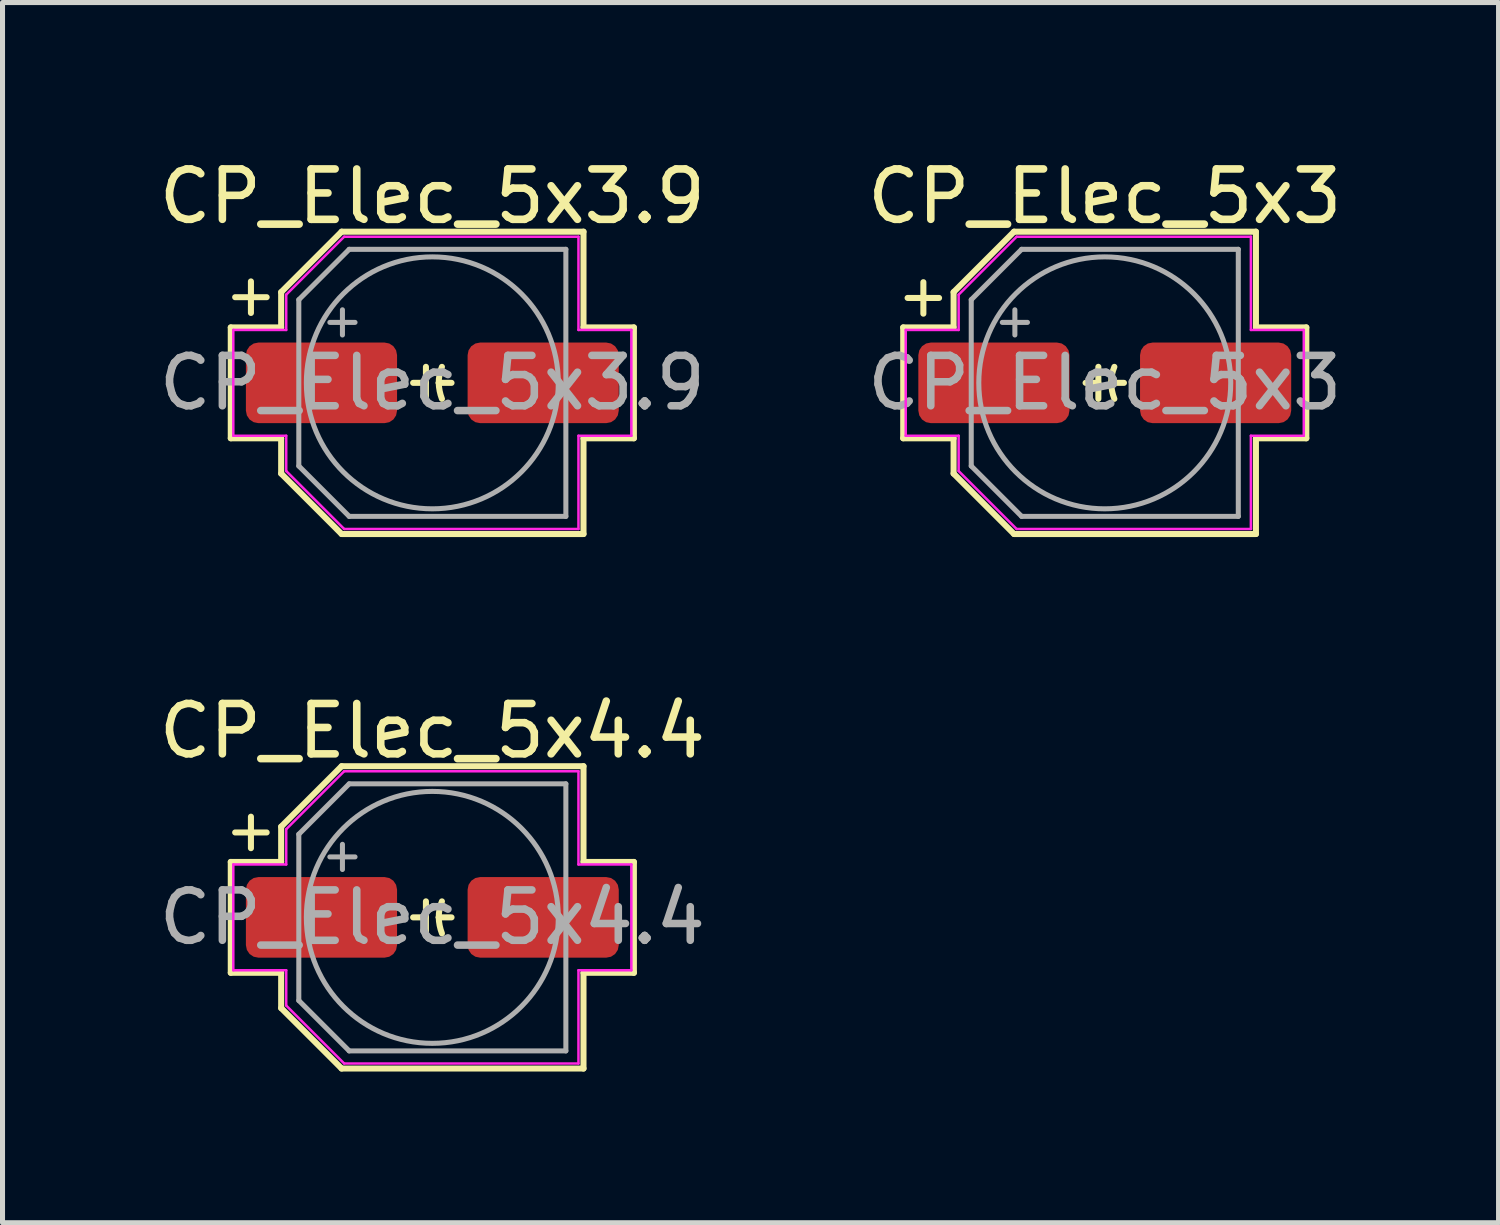
<source format=kicad_pcb>
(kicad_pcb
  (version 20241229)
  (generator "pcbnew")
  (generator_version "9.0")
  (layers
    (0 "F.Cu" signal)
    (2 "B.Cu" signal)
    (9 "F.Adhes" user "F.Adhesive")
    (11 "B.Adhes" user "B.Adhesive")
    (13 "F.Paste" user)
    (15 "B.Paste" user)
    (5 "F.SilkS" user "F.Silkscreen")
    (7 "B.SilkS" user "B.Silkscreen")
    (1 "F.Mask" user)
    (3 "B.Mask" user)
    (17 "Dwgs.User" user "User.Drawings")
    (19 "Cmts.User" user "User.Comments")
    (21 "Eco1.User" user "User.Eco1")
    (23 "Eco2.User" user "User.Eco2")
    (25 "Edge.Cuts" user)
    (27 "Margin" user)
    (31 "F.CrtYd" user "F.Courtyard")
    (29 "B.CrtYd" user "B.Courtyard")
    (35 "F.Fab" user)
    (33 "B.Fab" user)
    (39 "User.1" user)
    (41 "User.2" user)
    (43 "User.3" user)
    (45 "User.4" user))
  (footprint "CP_Elec_5x3.9"
    (layer "F.Cu")
    (at 5.53 4.548)
    (property "Reference" "CP_Elec_5x3.9" (at 0 -3.7 0) (layer "F.SilkS") (effects (font (size 1 1) (thickness 0.15))))
    (attr smd)
    (fp_line (start -4 -1.1) (end -3 -1.1) (stroke (width 0.12) (type solid)) (layer "F.SilkS"))
    (fp_line (start -4 1.1) (end -4 -1.1) (stroke (width 0.12) (type solid)) (layer "F.SilkS"))
    (fp_line (start -3.913 -1.7) (end -3.288 -1.7) (stroke (width 0.12) (type solid)) (layer "F.SilkS"))
    (fp_line (start -3.6 -2.013) (end -3.6 -1.387) (stroke (width 0.12) (type solid)) (layer "F.SilkS"))
    (fp_line (start -3 -1.8) (end -1.8 -3) (stroke (width 0.12) (type solid)) (layer "F.SilkS"))
    (fp_line (start -3 -1.1) (end -3 -1.8) (stroke (width 0.12) (type solid)) (layer "F.SilkS"))
    (fp_line (start -3 1.1) (end -4 1.1) (stroke (width 0.12) (type solid)) (layer "F.SilkS"))
    (fp_line (start -3 1.8) (end -3 1.1) (stroke (width 0.12) (type solid)) (layer "F.SilkS"))
    (fp_line (start -1.8 -3) (end 3 -3) (stroke (width 0.12) (type solid)) (layer "F.SilkS"))
    (fp_line (start -1.8 3) (end -3 1.8) (stroke (width 0.12) (type solid)) (layer "F.SilkS"))
    (fp_line (start -0.381 0) (end -0.127 0) (stroke (width 0.12) (type solid)) (layer "F.SilkS"))
    (fp_line (start -0.127 -0.318) (end -0.127 0.318) (stroke (width 0.12) (type solid)) (layer "F.SilkS"))
    (fp_line (start 0.381 0) (end 0.127 0) (stroke (width 0.12) (type solid)) (layer "F.SilkS"))
    (fp_line (start 3 -3) (end 3 -1.1) (stroke (width 0.12) (type solid)) (layer "F.SilkS"))
    (fp_line (start 3 -1.1) (end 4 -1.1) (stroke (width 0.12) (type solid)) (layer "F.SilkS"))
    (fp_line (start 3 1.1) (end 3 3) (stroke (width 0.12) (type solid)) (layer "F.SilkS"))
    (fp_line (start 3 3) (end -1.8 3) (stroke (width 0.12) (type solid)) (layer "F.SilkS"))
    (fp_line (start 4 -1.1) (end 4 1.1) (stroke (width 0.12) (type solid)) (layer "F.SilkS"))
    (fp_line (start 4 1.1) (end 3 1.1) (stroke (width 0.12) (type solid)) (layer "F.SilkS"))
    (fp_arc (start 0.127 0) (mid 0.143031 -0.161894) (end 0.1905 -0.3175) (stroke (width 0.12) (type solid)) (layer "F.SilkS"))
    (fp_arc (start 0.1905 0.3175) (mid 0.145241 0.161452) (end 0.127 0) (stroke (width 0.12) (type solid)) (layer "F.SilkS"))
    (fp_line (start -3.95 -1.05) (end -3.95 1.05) (stroke (width 0.05) (type solid)) (layer "F.CrtYd"))
    (fp_line (start -3.95 1.05) (end -2.9 1.05) (stroke (width 0.05) (type solid)) (layer "F.CrtYd"))
    (fp_line (start -2.9 -1.75) (end -2.9 -1.05) (stroke (width 0.05) (type solid)) (layer "F.CrtYd"))
    (fp_line (start -2.9 -1.75) (end -1.75 -2.9) (stroke (width 0.05) (type solid)) (layer "F.CrtYd"))
    (fp_line (start -2.9 -1.05) (end -3.95 -1.05) (stroke (width 0.05) (type solid)) (layer "F.CrtYd"))
    (fp_line (start -2.9 1.05) (end -2.9 1.75) (stroke (width 0.05) (type solid)) (layer "F.CrtYd"))
    (fp_line (start -2.9 1.75) (end -1.75 2.9) (stroke (width 0.05) (type solid)) (layer "F.CrtYd"))
    (fp_line (start -1.75 -2.9) (end 2.9 -2.9) (stroke (width 0.05) (type solid)) (layer "F.CrtYd"))
    (fp_line (start -1.75 2.9) (end 2.9 2.9) (stroke (width 0.05) (type solid)) (layer "F.CrtYd"))
    (fp_line (start 2.9 -2.9) (end 2.9 -1.05) (stroke (width 0.05) (type solid)) (layer "F.CrtYd"))
    (fp_line (start 2.9 -1.05) (end 3.95 -1.05) (stroke (width 0.05) (type solid)) (layer "F.CrtYd"))
    (fp_line (start 2.9 1.05) (end 2.9 2.9) (stroke (width 0.05) (type solid)) (layer "F.CrtYd"))
    (fp_line (start 3.95 -1.05) (end 3.95 1.05) (stroke (width 0.05) (type solid)) (layer "F.CrtYd"))
    (fp_line (start 3.95 1.05) (end 2.9 1.05) (stroke (width 0.05) (type solid)) (layer "F.CrtYd"))
    (fp_line (start -2.65 -1.65) (end -2.65 1.65) (stroke (width 0.1) (type solid)) (layer "F.Fab"))
    (fp_line (start -2.65 -1.65) (end -1.65 -2.65) (stroke (width 0.1) (type solid)) (layer "F.Fab"))
    (fp_line (start -2.65 1.65) (end -1.65 2.65) (stroke (width 0.1) (type solid)) (layer "F.Fab"))
    (fp_line (start -2.034 -1.2) (end -1.534 -1.2) (stroke (width 0.1) (type solid)) (layer "F.Fab"))
    (fp_line (start -1.784 -1.45) (end -1.784 -0.95) (stroke (width 0.1) (type solid)) (layer "F.Fab"))
    (fp_line (start -1.65 -2.65) (end 2.65 -2.65) (stroke (width 0.1) (type solid)) (layer "F.Fab"))
    (fp_line (start -1.65 2.65) (end 2.65 2.65) (stroke (width 0.1) (type solid)) (layer "F.Fab"))
    (fp_line (start 2.65 -2.65) (end 2.65 2.65) (stroke (width 0.1) (type solid)) (layer "F.Fab"))
    (fp_circle (center 0 0) (end 2.5 0) (stroke (width 0.1) (type solid)) (fill no) (layer "F.Fab"))
    (fp_text user "${REFERENCE}" (at 0 0 0) (layer "F.Fab") (effects (font (size 1 1) (thickness 0.15))))
    (pad "1" smd roundrect (at -2.2 0) (size 3 1.6) (layers "F.Cu" "F.Mask" "F.Paste") (roundrect_rratio 0.156))
    (pad "2" smd roundrect (at 2.2 0) (size 3 1.6) (layers "F.Cu" "F.Mask" "F.Paste") (roundrect_rratio 0.156)))
  (footprint "CP_Elec_5x3"
    (layer "F.Cu")
    (at 18.875 4.548)
    (property "Reference" "CP_Elec_5x3" (at 0 -3.7 0) (layer "F.SilkS") (effects (font (size 1 1) (thickness 0.15))))
    (attr smd)
    (fp_line (start -4 -1.1) (end -4 1.1) (stroke (width 0.12) (type solid)) (layer "F.SilkS"))
    (fp_line (start -4 1.1) (end -3 1.1) (stroke (width 0.12) (type solid)) (layer "F.SilkS"))
    (fp_line (start -3.913 -1.685) (end -3.288 -1.685) (stroke (width 0.12) (type solid)) (layer "F.SilkS"))
    (fp_line (start -3.6 -1.998) (end -3.6 -1.373) (stroke (width 0.12) (type solid)) (layer "F.SilkS"))
    (fp_line (start -3 -1.8) (end -3 -1.1) (stroke (width 0.12) (type solid)) (layer "F.SilkS"))
    (fp_line (start -3 -1.1) (end -4 -1.1) (stroke (width 0.12) (type solid)) (layer "F.SilkS"))
    (fp_line (start -3 1.1) (end -3 1.8) (stroke (width 0.12) (type solid)) (layer "F.SilkS"))
    (fp_line (start -3 1.8) (end -1.8 3) (stroke (width 0.12) (type solid)) (layer "F.SilkS"))
    (fp_line (start -1.8 -3) (end -3 -1.8) (stroke (width 0.12) (type solid)) (layer "F.SilkS"))
    (fp_line (start -1.8 3) (end 3 3) (stroke (width 0.12) (type solid)) (layer "F.SilkS"))
    (fp_line (start -0.381 0) (end -0.127 0) (stroke (width 0.12) (type solid)) (layer "F.SilkS"))
    (fp_line (start -0.127 -0.318) (end -0.127 0.318) (stroke (width 0.12) (type solid)) (layer "F.SilkS"))
    (fp_line (start 0.381 0) (end 0.127 0) (stroke (width 0.12) (type solid)) (layer "F.SilkS"))
    (fp_line (start 3 -3) (end -1.8 -3) (stroke (width 0.12) (type solid)) (layer "F.SilkS"))
    (fp_line (start 3 -1.1) (end 3 -3) (stroke (width 0.12) (type solid)) (layer "F.SilkS"))
    (fp_line (start 3 1.1) (end 4 1.1) (stroke (width 0.12) (type solid)) (layer "F.SilkS"))
    (fp_line (start 3 3) (end 3 1.1) (stroke (width 0.12) (type solid)) (layer "F.SilkS"))
    (fp_line (start 4 -1.1) (end 3 -1.1) (stroke (width 0.12) (type solid)) (layer "F.SilkS"))
    (fp_line (start 4 1.1) (end 4 -1.1) (stroke (width 0.12) (type solid)) (layer "F.SilkS"))
    (fp_arc (start 0.127 0) (mid 0.143031 -0.161894) (end 0.1905 -0.3175) (stroke (width 0.12) (type solid)) (layer "F.SilkS"))
    (fp_arc (start 0.1905 0.3175) (mid 0.145241 0.161452) (end 0.127 0) (stroke (width 0.12) (type solid)) (layer "F.SilkS"))
    (fp_line (start -3.95 -1.05) (end -3.95 1.05) (stroke (width 0.05) (type solid)) (layer "F.CrtYd"))
    (fp_line (start -3.95 1.05) (end -2.9 1.05) (stroke (width 0.05) (type solid)) (layer "F.CrtYd"))
    (fp_line (start -2.9 -1.75) (end -2.9 -1.05) (stroke (width 0.05) (type solid)) (layer "F.CrtYd"))
    (fp_line (start -2.9 -1.75) (end -1.75 -2.9) (stroke (width 0.05) (type solid)) (layer "F.CrtYd"))
    (fp_line (start -2.9 -1.05) (end -3.95 -1.05) (stroke (width 0.05) (type solid)) (layer "F.CrtYd"))
    (fp_line (start -2.9 1.05) (end -2.9 1.75) (stroke (width 0.05) (type solid)) (layer "F.CrtYd"))
    (fp_line (start -2.9 1.75) (end -1.75 2.9) (stroke (width 0.05) (type solid)) (layer "F.CrtYd"))
    (fp_line (start -1.75 -2.9) (end 2.9 -2.9) (stroke (width 0.05) (type solid)) (layer "F.CrtYd"))
    (fp_line (start -1.75 2.9) (end 2.9 2.9) (stroke (width 0.05) (type solid)) (layer "F.CrtYd"))
    (fp_line (start 2.9 -2.9) (end 2.9 -1.05) (stroke (width 0.05) (type solid)) (layer "F.CrtYd"))
    (fp_line (start 2.9 -1.05) (end 3.95 -1.05) (stroke (width 0.05) (type solid)) (layer "F.CrtYd"))
    (fp_line (start 2.9 1.05) (end 2.9 2.9) (stroke (width 0.05) (type solid)) (layer "F.CrtYd"))
    (fp_line (start 3.95 -1.05) (end 3.95 1.05) (stroke (width 0.05) (type solid)) (layer "F.CrtYd"))
    (fp_line (start 3.95 1.05) (end 2.9 1.05) (stroke (width 0.05) (type solid)) (layer "F.CrtYd"))
    (fp_line (start -2.65 -1.65) (end -2.65 1.65) (stroke (width 0.1) (type solid)) (layer "F.Fab"))
    (fp_line (start -2.65 -1.65) (end -1.65 -2.65) (stroke (width 0.1) (type solid)) (layer "F.Fab"))
    (fp_line (start -2.65 1.65) (end -1.65 2.65) (stroke (width 0.1) (type solid)) (layer "F.Fab"))
    (fp_line (start -2.034 -1.2) (end -1.534 -1.2) (stroke (width 0.1) (type solid)) (layer "F.Fab"))
    (fp_line (start -1.784 -1.45) (end -1.784 -0.95) (stroke (width 0.1) (type solid)) (layer "F.Fab"))
    (fp_line (start -1.65 -2.65) (end 2.65 -2.65) (stroke (width 0.1) (type solid)) (layer "F.Fab"))
    (fp_line (start -1.65 2.65) (end 2.65 2.65) (stroke (width 0.1) (type solid)) (layer "F.Fab"))
    (fp_line (start 2.65 -2.65) (end 2.65 2.65) (stroke (width 0.1) (type solid)) (layer "F.Fab"))
    (fp_circle (center 0 0) (end 2.5 0) (stroke (width 0.1) (type solid)) (fill no) (layer "F.Fab"))
    (fp_text user "${REFERENCE}" (at 0 0 0) (layer "F.Fab") (effects (font (size 1 1) (thickness 0.15))))
    (pad "1" smd roundrect (at -2.2 0) (size 3 1.6) (layers "F.Cu" "F.Mask" "F.Paste") (roundrect_rratio 0.156))
    (pad "2" smd roundrect (at 2.2 0) (size 3 1.6) (layers "F.Cu" "F.Mask" "F.Paste") (roundrect_rratio 0.156)))
  (footprint "CP_Elec_5x4.4"
    (layer "F.Cu")
    (at 5.53 15.156)
    (property "Reference" "CP_Elec_5x4.4" (at 0 -3.7 0) (layer "F.SilkS") (effects (font (size 1 1) (thickness 0.15))))
    (attr smd)
    (fp_line (start -4 -1.1) (end -4 1.1) (stroke (width 0.12) (type solid)) (layer "F.SilkS"))
    (fp_line (start -4 1.1) (end -3 1.1) (stroke (width 0.12) (type solid)) (layer "F.SilkS"))
    (fp_line (start -3.913 -1.685) (end -3.288 -1.685) (stroke (width 0.12) (type solid)) (layer "F.SilkS"))
    (fp_line (start -3.6 -1.998) (end -3.6 -1.373) (stroke (width 0.12) (type solid)) (layer "F.SilkS"))
    (fp_line (start -3 -1.8) (end -3 -1.1) (stroke (width 0.12) (type solid)) (layer "F.SilkS"))
    (fp_line (start -3 -1.1) (end -4 -1.1) (stroke (width 0.12) (type solid)) (layer "F.SilkS"))
    (fp_line (start -3 1.1) (end -3 1.8) (stroke (width 0.12) (type solid)) (layer "F.SilkS"))
    (fp_line (start -3 1.8) (end -1.8 3) (stroke (width 0.12) (type solid)) (layer "F.SilkS"))
    (fp_line (start -1.8 -3) (end -3 -1.8) (stroke (width 0.12) (type solid)) (layer "F.SilkS"))
    (fp_line (start -1.8 3) (end 3 3) (stroke (width 0.12) (type solid)) (layer "F.SilkS"))
    (fp_line (start -0.381 0) (end -0.127 0) (stroke (width 0.12) (type solid)) (layer "F.SilkS"))
    (fp_line (start -0.127 -0.318) (end -0.127 0.318) (stroke (width 0.12) (type solid)) (layer "F.SilkS"))
    (fp_line (start 0.381 0) (end 0.127 0) (stroke (width 0.12) (type solid)) (layer "F.SilkS"))
    (fp_line (start 3 -3) (end -1.8 -3) (stroke (width 0.12) (type solid)) (layer "F.SilkS"))
    (fp_line (start 3 -1.1) (end 3 -3) (stroke (width 0.12) (type solid)) (layer "F.SilkS"))
    (fp_line (start 3 1.1) (end 4 1.1) (stroke (width 0.12) (type solid)) (layer "F.SilkS"))
    (fp_line (start 3 3) (end 3 1.1) (stroke (width 0.12) (type solid)) (layer "F.SilkS"))
    (fp_line (start 4 -1.1) (end 3 -1.1) (stroke (width 0.12) (type solid)) (layer "F.SilkS"))
    (fp_line (start 4 1.1) (end 4 -1.1) (stroke (width 0.12) (type solid)) (layer "F.SilkS"))
    (fp_arc (start 0.127 0) (mid 0.143031 -0.161894) (end 0.1905 -0.3175) (stroke (width 0.12) (type solid)) (layer "F.SilkS"))
    (fp_arc (start 0.1905 0.3175) (mid 0.145241 0.161452) (end 0.127 0) (stroke (width 0.12) (type solid)) (layer "F.SilkS"))
    (fp_line (start -3.95 -1.05) (end -3.95 1.05) (stroke (width 0.05) (type solid)) (layer "F.CrtYd"))
    (fp_line (start -3.95 1.05) (end -2.9 1.05) (stroke (width 0.05) (type solid)) (layer "F.CrtYd"))
    (fp_line (start -2.9 -1.75) (end -2.9 -1.05) (stroke (width 0.05) (type solid)) (layer "F.CrtYd"))
    (fp_line (start -2.9 -1.75) (end -1.75 -2.9) (stroke (width 0.05) (type solid)) (layer "F.CrtYd"))
    (fp_line (start -2.9 -1.05) (end -3.95 -1.05) (stroke (width 0.05) (type solid)) (layer "F.CrtYd"))
    (fp_line (start -2.9 1.05) (end -2.9 1.75) (stroke (width 0.05) (type solid)) (layer "F.CrtYd"))
    (fp_line (start -2.9 1.75) (end -1.75 2.9) (stroke (width 0.05) (type solid)) (layer "F.CrtYd"))
    (fp_line (start -1.75 -2.9) (end 2.9 -2.9) (stroke (width 0.05) (type solid)) (layer "F.CrtYd"))
    (fp_line (start -1.75 2.9) (end 2.9 2.9) (stroke (width 0.05) (type solid)) (layer "F.CrtYd"))
    (fp_line (start 2.9 -2.9) (end 2.9 -1.05) (stroke (width 0.05) (type solid)) (layer "F.CrtYd"))
    (fp_line (start 2.9 -1.05) (end 3.95 -1.05) (stroke (width 0.05) (type solid)) (layer "F.CrtYd"))
    (fp_line (start 2.9 1.05) (end 2.9 2.9) (stroke (width 0.05) (type solid)) (layer "F.CrtYd"))
    (fp_line (start 3.95 -1.05) (end 3.95 1.05) (stroke (width 0.05) (type solid)) (layer "F.CrtYd"))
    (fp_line (start 3.95 1.05) (end 2.9 1.05) (stroke (width 0.05) (type solid)) (layer "F.CrtYd"))
    (fp_line (start -2.65 -1.65) (end -2.65 1.65) (stroke (width 0.1) (type solid)) (layer "F.Fab"))
    (fp_line (start -2.65 -1.65) (end -1.65 -2.65) (stroke (width 0.1) (type solid)) (layer "F.Fab"))
    (fp_line (start -2.65 1.65) (end -1.65 2.65) (stroke (width 0.1) (type solid)) (layer "F.Fab"))
    (fp_line (start -2.034 -1.2) (end -1.534 -1.2) (stroke (width 0.1) (type solid)) (layer "F.Fab"))
    (fp_line (start -1.784 -1.45) (end -1.784 -0.95) (stroke (width 0.1) (type solid)) (layer "F.Fab"))
    (fp_line (start -1.65 -2.65) (end 2.65 -2.65) (stroke (width 0.1) (type solid)) (layer "F.Fab"))
    (fp_line (start -1.65 2.65) (end 2.65 2.65) (stroke (width 0.1) (type solid)) (layer "F.Fab"))
    (fp_line (start 2.65 -2.65) (end 2.65 2.65) (stroke (width 0.1) (type solid)) (layer "F.Fab"))
    (fp_circle (center 0 0) (end 2.5 0) (stroke (width 0.1) (type solid)) (fill no) (layer "F.Fab"))
    (fp_text user "${REFERENCE}" (at 0 0 0) (layer "F.Fab") (effects (font (size 1 1) (thickness 0.15))))
    (pad "1" smd roundrect (at -2.2 0) (size 3 1.6) (layers "F.Cu" "F.Mask" "F.Paste") (roundrect_rratio 0.156))
    (pad "2" smd roundrect (at 2.2 0) (size 3 1.6) (layers "F.Cu" "F.Mask" "F.Paste") (roundrect_rratio 0.156)))
  (gr_rect
    (start -3 -3)
    (end 26.69 21.216)
    (stroke (width 0.1) (type default))
    (fill no)
    (layer "Edge.Cuts")))
</source>
